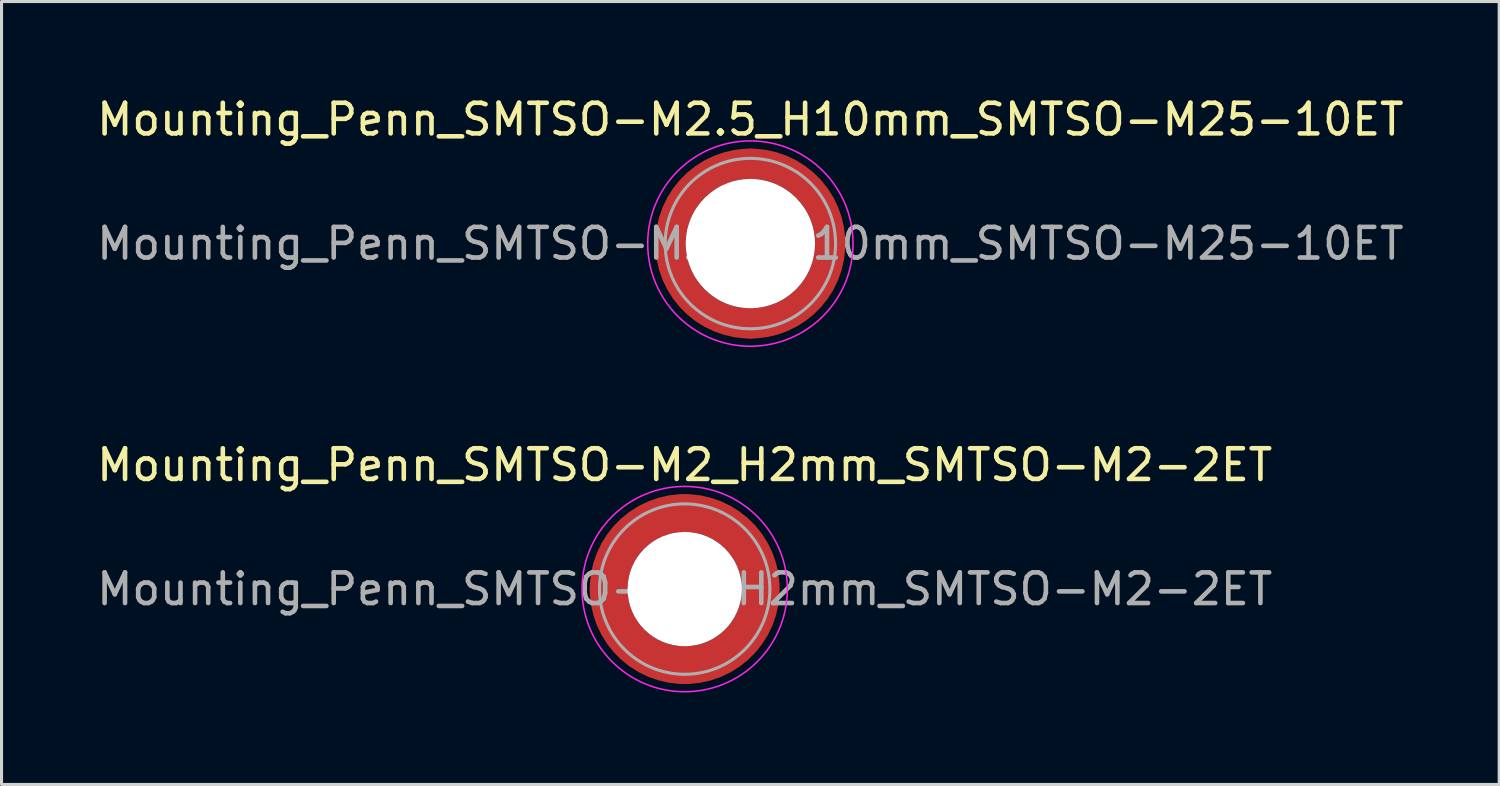
<source format=kicad_pcb>
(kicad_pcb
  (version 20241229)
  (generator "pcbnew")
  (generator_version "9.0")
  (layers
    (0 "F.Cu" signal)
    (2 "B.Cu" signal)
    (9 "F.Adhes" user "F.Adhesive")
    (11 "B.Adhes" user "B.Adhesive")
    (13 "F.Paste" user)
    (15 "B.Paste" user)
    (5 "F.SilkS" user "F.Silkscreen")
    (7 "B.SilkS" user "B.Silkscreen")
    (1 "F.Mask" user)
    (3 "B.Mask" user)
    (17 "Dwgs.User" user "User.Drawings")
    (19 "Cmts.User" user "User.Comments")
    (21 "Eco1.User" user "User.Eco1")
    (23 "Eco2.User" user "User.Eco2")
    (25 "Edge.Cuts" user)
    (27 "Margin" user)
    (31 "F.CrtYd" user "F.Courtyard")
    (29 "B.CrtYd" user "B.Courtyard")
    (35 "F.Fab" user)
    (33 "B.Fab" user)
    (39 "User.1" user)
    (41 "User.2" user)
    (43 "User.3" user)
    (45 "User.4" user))
  (footprint "Mounting_Penn_SMTSO-M2_H2mm_SMTSO-M2-2ET"
    (layer "F.Cu")
    (at 19.292 16.172)
    (property "Reference" "Mounting_Penn_SMTSO-M2_H2mm_SMTSO-M2-2ET" (at 0 -4.05 0) (layer "F.SilkS") (effects (font (size 1 1) (thickness 0.15))))
    (attr smd)
    (fp_circle (center 0 0) (end 3.35 0) (stroke (width 0.05) (type solid)) (fill no) (layer "F.CrtYd"))
    (fp_circle (center 0 0) (end 2.78 0) (stroke (width 0.1) (type solid)) (fill no) (layer "F.Fab"))
    (fp_text user "${REFERENCE}" (at 0 0 0) (layer "F.Fab") (effects (font (size 1 1) (thickness 0.15))))
    (pad "" smd custom (at -1.755 -1.755) (size 0.517 0.517) (layers "F.Paste") (options (anchor circle)) (primitives (gr_arc (start -0.287699 1.455393) (mid 0.295218 0.295218) (end 1.455393 -0.287699) (width 0.2)) (gr_arc (start -0.381429 1.455393) (mid 0.229613 0.229613) (end 1.455393 -0.381429) (width 0.2)) (gr_arc (start -0.475078 1.455393) (mid 0.16401 0.16401) (end 1.455393 -0.475078) (width 0.2)) (gr_arc (start -0.568658 1.455393) (mid 0.098406 0.098406) (end 1.455393 -0.568658) (width 0.2)) (gr_arc (start -0.662176 1.455393) (mid 0.032802 0.032802) (end 1.455393 -0.662176) (width 0.2)) (gr_arc (start -0.755639 1.455393) (mid -0.032802 -0.032802) (end 1.455393 -0.755639) (width 0.2)) (gr_arc (start -0.849053 1.455393) (mid -0.098406 -0.098406) (end 1.455393 -0.849053) (width 0.2)) (gr_arc (start -0.942423 1.455393) (mid -0.164009 -0.164009) (end 1.455393 -0.942423) (width 0.2)) (gr_arc (start -1.035754 1.455393) (mid -0.229613 -0.229613) (end 1.455393 -1.035754) (width 0.2)) (gr_arc (start -1.129048 1.455393) (mid -0.295217 -0.295217) (end 1.455393 -1.129048) (width 0.2)) (gr_arc (start -1.129048 1.455393) (mid -0.295217 -0.295217) (end 1.455393 -1.129048) (width 0.2)) (gr_line (start 1.455 -0.288) (end 1.455 -1.129) (width 0.2)) (gr_line (start -0.288 1.455) (end -1.129 1.455) (width 0.2))))
    (pad "" smd custom (at -1.755 1.755) (size 0.517 0.517) (layers "F.Paste") (options (anchor circle)) (primitives (gr_arc (start 1.455393 0.287699) (mid 0.295218 -0.295218) (end -0.287699 -1.455393) (width 0.2)) (gr_arc (start 1.455393 0.381429) (mid 0.229613 -0.229613) (end -0.381429 -1.455393) (width 0.2)) (gr_arc (start 1.455393 0.475078) (mid 0.16401 -0.16401) (end -0.475078 -1.455393) (width 0.2)) (gr_arc (start 1.455393 0.568658) (mid 0.098406 -0.098406) (end -0.568658 -1.455393) (width 0.2)) (gr_arc (start 1.455393 0.662176) (mid 0.032802 -0.032802) (end -0.662176 -1.455393) (width 0.2)) (gr_arc (start 1.455393 0.755639) (mid -0.032802 0.032802) (end -0.755639 -1.455393) (width 0.2)) (gr_arc (start 1.455393 0.849053) (mid -0.098406 0.098406) (end -0.849053 -1.455393) (width 0.2)) (gr_arc (start 1.455393 0.942423) (mid -0.164009 0.164009) (end -0.942423 -1.455393) (width 0.2)) (gr_arc (start 1.455393 1.035754) (mid -0.229613 0.229613) (end -1.035754 -1.455393) (width 0.2)) (gr_arc (start 1.455393 1.129048) (mid -0.295217 0.295217) (end -1.129048 -1.455393) (width 0.2)) (gr_arc (start 1.455393 1.129048) (mid -0.295217 0.295217) (end -1.129048 -1.455393) (width 0.2)) (gr_line (start -0.288 -1.455) (end -1.129 -1.455) (width 0.2)) (gr_line (start 1.455 0.288) (end 1.455 1.129) (width 0.2))))
    (pad "" np_thru_hole circle (at 0 0) (size 3.73 3.73) (drill 3.73) (layers "*.Cu" "*.Mask"))
    (pad "" smd custom (at 1.755 -1.755) (size 0.517 0.517) (layers "F.Paste") (options (anchor circle)) (primitives (gr_arc (start -1.455393 -0.287699) (mid -0.295218 0.295218) (end 0.287699 1.455393) (width 0.2)) (gr_arc (start -1.455393 -0.381429) (mid -0.229613 0.229613) (end 0.381429 1.455393) (width 0.2)) (gr_arc (start -1.455393 -0.475078) (mid -0.16401 0.16401) (end 0.475078 1.455393) (width 0.2)) (gr_arc (start -1.455393 -0.568658) (mid -0.098406 0.098406) (end 0.568658 1.455393) (width 0.2)) (gr_arc (start -1.455393 -0.662176) (mid -0.032802 0.032802) (end 0.662176 1.455393) (width 0.2)) (gr_arc (start -1.455393 -0.755639) (mid 0.032802 -0.032802) (end 0.755639 1.455393) (width 0.2)) (gr_arc (start -1.455393 -0.849053) (mid 0.098406 -0.098406) (end 0.849053 1.455393) (width 0.2)) (gr_arc (start -1.455393 -0.942423) (mid 0.164009 -0.164009) (end 0.942423 1.455393) (width 0.2)) (gr_arc (start -1.455393 -1.035754) (mid 0.229613 -0.229613) (end 1.035754 1.455393) (width 0.2)) (gr_arc (start -1.455393 -1.129048) (mid 0.295217 -0.295217) (end 1.129048 1.455393) (width 0.2)) (gr_arc (start -1.455393 -1.129048) (mid 0.295217 -0.295217) (end 1.129048 1.455393) (width 0.2)) (gr_line (start 0.288 1.455) (end 1.129 1.455) (width 0.2)) (gr_line (start -1.455 -0.288) (end -1.455 -1.129) (width 0.2))))
    (pad "" smd custom (at 1.755 1.755) (size 0.517 0.517) (layers "F.Paste") (options (anchor circle)) (primitives (gr_arc (start 0.287699 -1.455393) (mid -0.295218 -0.295218) (end -1.455393 0.287699) (width 0.2)) (gr_arc (start 0.381429 -1.455393) (mid -0.229613 -0.229613) (end -1.455393 0.381429) (width 0.2)) (gr_arc (start 0.475078 -1.455393) (mid -0.16401 -0.16401) (end -1.455393 0.475078) (width 0.2)) (gr_arc (start 0.568658 -1.455393) (mid -0.098406 -0.098406) (end -1.455393 0.568658) (width 0.2)) (gr_arc (start 0.662176 -1.455393) (mid -0.032802 -0.032802) (end -1.455393 0.662176) (width 0.2)) (gr_arc (start 0.755639 -1.455393) (mid 0.032802 0.032802) (end -1.455393 0.755639) (width 0.2)) (gr_arc (start 0.849053 -1.455393) (mid 0.098406 0.098406) (end -1.455393 0.849053) (width 0.2)) (gr_arc (start 0.942423 -1.455393) (mid 0.164009 0.164009) (end -1.455393 0.942423) (width 0.2)) (gr_arc (start 1.035754 -1.455393) (mid 0.229613 0.229613) (end -1.455393 1.035754) (width 0.2)) (gr_arc (start 1.129048 -1.455393) (mid 0.295217 0.295217) (end -1.455393 1.129048) (width 0.2)) (gr_arc (start 1.129048 -1.455393) (mid 0.295217 0.295217) (end -1.455393 1.129048) (width 0.2)) (gr_line (start -1.455 0.288) (end -1.455 1.129) (width 0.2)) (gr_line (start 0.288 -1.455) (end 1.129 -1.455) (width 0.2))))
    (pad "1" smd circle (at -2.482 0) (size 1.235 1.235) (layers "F.Cu"))
    (pad "1" smd circle (at 0 -2.482) (size 1.235 1.235) (layers "F.Cu"))
    (pad "1" smd circle (at 0 2.482) (size 1.235 1.235) (layers "F.Cu"))
    (pad "1" smd custom (at 2.482 0) (size 1.235 1.235) (layers "F.Cu" "F.Mask") (options (anchor circle)) (primitives (gr_circle (center -2.482 0) (end 0 0) (width 1.235) (fill no)))))
  (footprint "Mounting_Penn_SMTSO-M2.5_H10mm_SMTSO-M25-10ET"
    (layer "F.Cu")
    (at 21.435 4.898)
    (property "Reference" "Mounting_Penn_SMTSO-M2.5_H10mm_SMTSO-M25-10ET" (at 0 -4.05 0) (layer "F.SilkS") (effects (font (size 1 1) (thickness 0.15))))
    (attr smd)
    (fp_circle (center 0 0) (end 3.35 0) (stroke (width 0.05) (type solid)) (fill no) (layer "F.CrtYd"))
    (fp_circle (center 0 0) (end 2.78 0) (stroke (width 0.1) (type solid)) (fill no) (layer "F.Fab"))
    (fp_text user "${REFERENCE}" (at 0 0 0) (layer "F.Fab") (effects (font (size 1 1) (thickness 0.15))))
    (pad "" smd custom (at -1.842 -1.842) (size 0.395 0.395) (layers "F.Paste") (options (anchor circle)) (primitives (gr_arc (start -0.448423 1.542013) (mid 0.208597 0.208597) (end 1.542013 -0.448423) (width 0.2)) (gr_arc (start -0.547562 1.542013) (mid 0.139064 0.139064) (end 1.542013 -0.547562) (width 0.2)) (gr_arc (start -0.646637 1.542013) (mid 0.069532 0.069532) (end 1.542013 -0.646637) (width 0.2)) (gr_arc (start -0.745655 1.542013) (mid 0 0) (end 1.542013 -0.745655) (width 0.2)) (gr_arc (start -0.844622 1.542013) (mid -0.069532 -0.069532) (end 1.542013 -0.844622) (width 0.2)) (gr_arc (start -0.943545 1.542013) (mid -0.139064 -0.139064) (end 1.542013 -0.943545) (width 0.2)) (gr_arc (start -1.042428 1.542013) (mid -0.208597 -0.208597) (end 1.542013 -1.042428) (width 0.2)) (gr_arc (start -1.042428 1.542013) (mid -0.208597 -0.208597) (end 1.542013 -1.042428) (width 0.2)) (gr_line (start 1.542 -0.448) (end 1.542 -1.042) (width 0.2)) (gr_line (start -0.448 1.542) (end -1.042 1.542) (width 0.2))))
    (pad "" smd custom (at -1.842 1.842) (size 0.395 0.395) (layers "F.Paste") (options (anchor circle)) (primitives (gr_arc (start 1.542013 0.448423) (mid 0.208597 -0.208597) (end -0.448423 -1.542013) (width 0.2)) (gr_arc (start 1.542013 0.547562) (mid 0.139064 -0.139064) (end -0.547562 -1.542013) (width 0.2)) (gr_arc (start 1.542013 0.646637) (mid 0.069532 -0.069532) (end -0.646637 -1.542013) (width 0.2)) (gr_arc (start 1.542013 0.745655) (mid 0 0) (end -0.745655 -1.542013) (width 0.2)) (gr_arc (start 1.542013 0.844622) (mid -0.069532 0.069532) (end -0.844622 -1.542013) (width 0.2)) (gr_arc (start 1.542013 0.943545) (mid -0.139064 0.139064) (end -0.943545 -1.542013) (width 0.2)) (gr_arc (start 1.542013 1.042428) (mid -0.208597 0.208597) (end -1.042428 -1.542013) (width 0.2)) (gr_arc (start 1.542013 1.042428) (mid -0.208597 0.208597) (end -1.042428 -1.542013) (width 0.2)) (gr_line (start -0.448 -1.542) (end -1.042 -1.542) (width 0.2)) (gr_line (start 1.542 0.448) (end 1.542 1.042) (width 0.2))))
    (pad "" np_thru_hole circle (at 0 0) (size 4.22 4.22) (drill 4.22) (layers "*.Cu" "*.Mask"))
    (pad "" smd custom (at 1.842 -1.842) (size 0.395 0.395) (layers "F.Paste") (options (anchor circle)) (primitives (gr_arc (start -1.542013 -0.448423) (mid -0.208597 0.208597) (end 0.448423 1.542013) (width 0.2)) (gr_arc (start -1.542013 -0.547562) (mid -0.139064 0.139064) (end 0.547562 1.542013) (width 0.2)) (gr_arc (start -1.542013 -0.646637) (mid -0.069532 0.069532) (end 0.646637 1.542013) (width 0.2)) (gr_arc (start -1.542013 -0.745655) (mid 0 0) (end 0.745655 1.542013) (width 0.2)) (gr_arc (start -1.542013 -0.844622) (mid 0.069532 -0.069532) (end 0.844622 1.542013) (width 0.2)) (gr_arc (start -1.542013 -0.943545) (mid 0.139064 -0.139064) (end 0.943545 1.542013) (width 0.2)) (gr_arc (start -1.542013 -1.042428) (mid 0.208597 -0.208597) (end 1.042428 1.542013) (width 0.2)) (gr_arc (start -1.542013 -1.042428) (mid 0.208597 -0.208597) (end 1.042428 1.542013) (width 0.2)) (gr_line (start 0.448 1.542) (end 1.042 1.542) (width 0.2)) (gr_line (start -1.542 -0.448) (end -1.542 -1.042) (width 0.2))))
    (pad "" smd custom (at 1.842 1.842) (size 0.395 0.395) (layers "F.Paste") (options (anchor circle)) (primitives (gr_arc (start 0.448423 -1.542013) (mid -0.208597 -0.208597) (end -1.542013 0.448423) (width 0.2)) (gr_arc (start 0.547562 -1.542013) (mid -0.139064 -0.139064) (end -1.542013 0.547562) (width 0.2)) (gr_arc (start 0.646637 -1.542013) (mid -0.069532 -0.069532) (end -1.542013 0.646637) (width 0.2)) (gr_arc (start 0.745655 -1.542013) (mid 0 0) (end -1.542013 0.745655) (width 0.2)) (gr_arc (start 0.844622 -1.542013) (mid 0.069532 0.069532) (end -1.542013 0.844622) (width 0.2)) (gr_arc (start 0.943545 -1.542013) (mid 0.139064 0.139064) (end -1.542013 0.943545) (width 0.2)) (gr_arc (start 1.042428 -1.542013) (mid 0.208597 0.208597) (end -1.542013 1.042428) (width 0.2)) (gr_arc (start 1.042428 -1.542013) (mid 0.208597 0.208597) (end -1.542013 1.042428) (width 0.2)) (gr_line (start -1.542 0.448) (end -1.542 1.042) (width 0.2)) (gr_line (start 0.448 -1.542) (end 1.042 -1.542) (width 0.2))))
    (pad "1" smd circle (at -2.605 0) (size 0.99 0.99) (layers "F.Cu"))
    (pad "1" smd circle (at 0 -2.605) (size 0.99 0.99) (layers "F.Cu"))
    (pad "1" smd circle (at 0 2.605) (size 0.99 0.99) (layers "F.Cu"))
    (pad "1" smd custom (at 2.605 0) (size 0.99 0.99) (layers "F.Cu" "F.Mask") (options (anchor circle)) (primitives (gr_circle (center -2.605 0) (end 0 0) (width 0.99) (fill no)))))
  (gr_rect
    (start -3 -3)
    (end 45.869 22.547)
    (stroke (width 0.1) (type default))
    (fill no)
    (layer "Edge.Cuts")))
</source>
